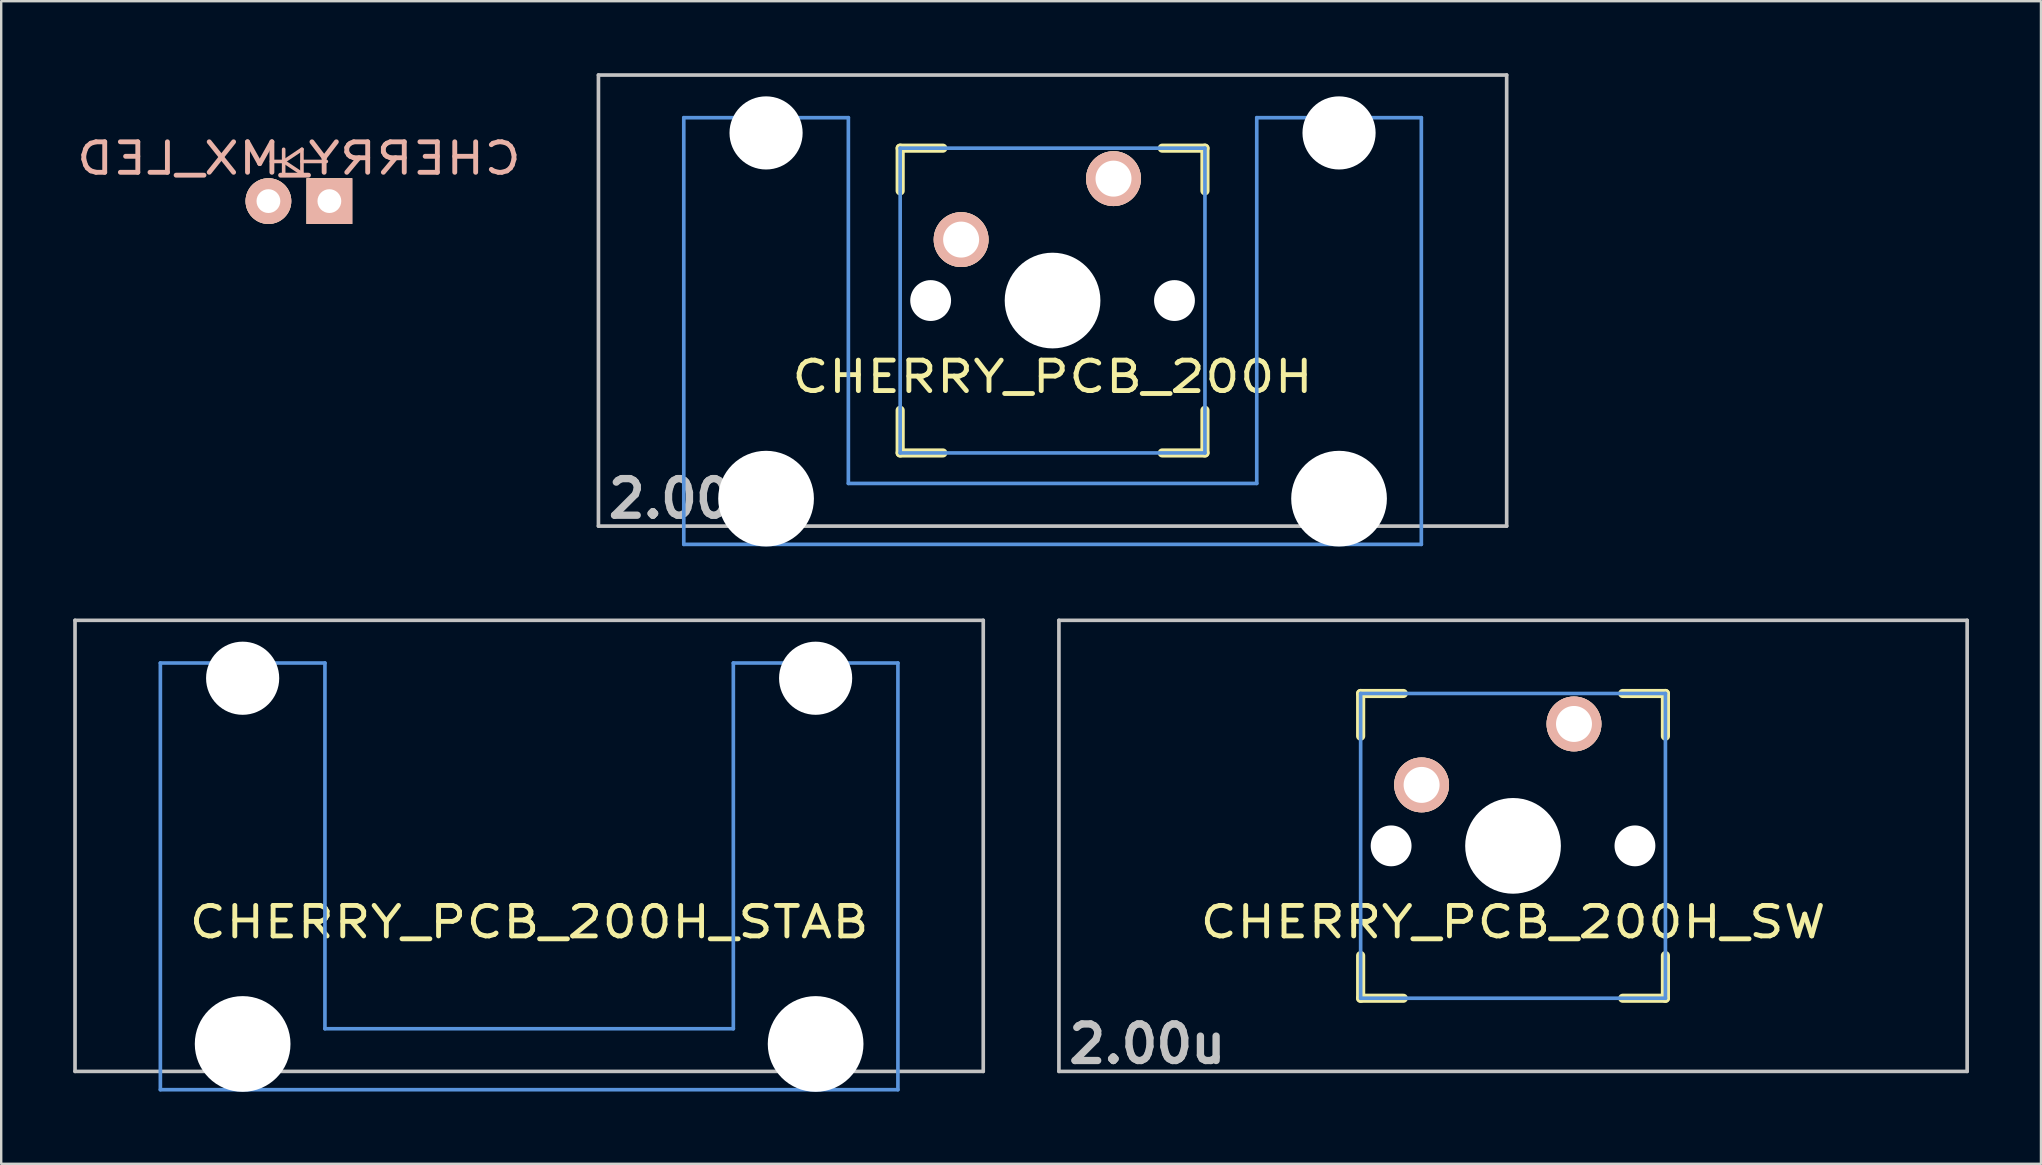
<source format=kicad_pcb>
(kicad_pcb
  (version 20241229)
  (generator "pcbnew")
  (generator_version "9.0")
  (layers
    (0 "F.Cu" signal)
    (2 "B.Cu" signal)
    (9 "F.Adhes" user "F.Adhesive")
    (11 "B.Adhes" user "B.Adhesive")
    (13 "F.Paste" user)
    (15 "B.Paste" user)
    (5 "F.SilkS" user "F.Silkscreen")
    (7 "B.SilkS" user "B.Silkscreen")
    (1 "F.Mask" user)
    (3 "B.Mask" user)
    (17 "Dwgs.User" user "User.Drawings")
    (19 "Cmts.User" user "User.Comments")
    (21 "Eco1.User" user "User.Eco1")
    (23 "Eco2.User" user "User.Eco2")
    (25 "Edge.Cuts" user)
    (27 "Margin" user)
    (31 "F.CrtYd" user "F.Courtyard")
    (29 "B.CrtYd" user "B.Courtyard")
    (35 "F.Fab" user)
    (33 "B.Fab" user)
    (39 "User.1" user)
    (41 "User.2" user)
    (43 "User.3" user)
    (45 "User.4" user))
  (footprint "CHERRY_MX_LED"
    (layer "F.Cu")
    (at 9.405 0.25)
    (property "Reference" "CHERRY_MX_LED" (at 0 3.302 0) (layer "B.SilkS") (effects (font (size 1.27 1.524) (thickness 0.203)) (justify mirror)))
    (attr through_hole)
    (fp_line (start -0.635 3.429) (end -1.143 3.429) (stroke (width 0.15) (type solid)) (layer "B.SilkS"))
    (fp_line (start -0.635 3.429) (end 0.127 3.937) (stroke (width 0.15) (type solid)) (layer "B.SilkS"))
    (fp_line (start -0.635 3.937) (end -0.635 2.921) (stroke (width 0.15) (type solid)) (layer "B.SilkS"))
    (fp_line (start 0.127 2.921) (end -0.635 3.429) (stroke (width 0.15) (type solid)) (layer "B.SilkS"))
    (fp_line (start 0.127 3.429) (end 1.143 3.429) (stroke (width 0.15) (type solid)) (layer "B.SilkS"))
    (fp_line (start 0.127 3.937) (end 0.127 2.921) (stroke (width 0.15) (type solid)) (layer "B.SilkS"))
    (pad "1" thru_hole circle (at -1.27 5.08) (size 1.905 1.905) (drill 0.991) (layers "*.Cu" "*.SilkS" "*.Mask"))
    (pad "2" thru_hole rect (at 1.27 5.08) (size 1.905 1.905) (drill 0.991) (layers "*.Cu" "*.SilkS" "*.Mask")))
  (footprint "CHERRY_PCB_200H_SW"
    (layer "F.Cu")
    (at 59.998 32.197)
    (property "Reference" "CHERRY_PCB_200H_SW" (at 0 3.175 0) (layer "F.SilkS") (effects (font (size 1.27 1.524) (thickness 0.203))))
    (attr through_hole)
    (fp_line (start -6.35 -6.35) (end -4.572 -6.35) (stroke (width 0.381) (type solid)) (layer "F.SilkS"))
    (fp_line (start -6.35 -4.572) (end -6.35 -6.35) (stroke (width 0.381) (type solid)) (layer "F.SilkS"))
    (fp_line (start -6.35 6.35) (end -6.35 4.572) (stroke (width 0.381) (type solid)) (layer "F.SilkS"))
    (fp_line (start -4.572 6.35) (end -6.35 6.35) (stroke (width 0.381) (type solid)) (layer "F.SilkS"))
    (fp_line (start 4.572 -6.35) (end 6.35 -6.35) (stroke (width 0.381) (type solid)) (layer "F.SilkS"))
    (fp_line (start 6.35 -6.35) (end 6.35 -4.572) (stroke (width 0.381) (type solid)) (layer "F.SilkS"))
    (fp_line (start 6.35 4.572) (end 6.35 6.35) (stroke (width 0.381) (type solid)) (layer "F.SilkS"))
    (fp_line (start 6.35 6.35) (end 4.572 6.35) (stroke (width 0.381) (type solid)) (layer "F.SilkS"))
    (fp_line (start -18.923 -9.398) (end 18.923 -9.398) (stroke (width 0.152) (type solid)) (layer "Dwgs.User"))
    (fp_line (start -18.923 9.398) (end -18.923 -9.398) (stroke (width 0.152) (type solid)) (layer "Dwgs.User"))
    (fp_line (start 18.923 -9.398) (end 18.923 9.398) (stroke (width 0.152) (type solid)) (layer "Dwgs.User"))
    (fp_line (start 18.923 9.398) (end -18.923 9.398) (stroke (width 0.152) (type solid)) (layer "Dwgs.User"))
    (fp_line (start -6.35 -6.35) (end 6.35 -6.35) (stroke (width 0.152) (type solid)) (layer "Cmts.User"))
    (fp_line (start -6.35 6.35) (end -6.35 -6.35) (stroke (width 0.152) (type solid)) (layer "Cmts.User"))
    (fp_line (start 6.35 -6.35) (end 6.35 6.35) (stroke (width 0.152) (type solid)) (layer "Cmts.User"))
    (fp_line (start 6.35 6.35) (end -6.35 6.35) (stroke (width 0.152) (type solid)) (layer "Cmts.User"))
    (fp_line (start -6.985 -6.985) (end 6.985 -6.985) (stroke (width 0.152) (type solid)) (layer "Eco2.User"))
    (fp_line (start -6.985 -4.877) (end -6.985 -6.985) (stroke (width 0.152) (type solid)) (layer "Eco2.User"))
    (fp_line (start -6.985 6.985) (end -6.985 5.817) (stroke (width 0.152) (type solid)) (layer "Eco2.User"))
    (fp_line (start 6.985 -6.985) (end 6.985 -4.877) (stroke (width 0.152) (type solid)) (layer "Eco2.User"))
    (fp_line (start 6.985 5.817) (end 6.985 6.985) (stroke (width 0.152) (type solid)) (layer "Eco2.User"))
    (fp_line (start 6.985 6.985) (end -6.985 6.985) (stroke (width 0.152) (type solid)) (layer "Eco2.User"))
    (fp_text user "2.00u" (at -15.24 8.255 0) (layer "Dwgs.User") (effects (font (size 1.524 1.524) (thickness 0.305))))
    (pad "" np_thru_hole circle (at -5.08 0) (size 1.702 1.702) (drill 1.702) (layers "*.Cu"))
    (pad "" np_thru_hole circle (at 0 0) (size 3.988 3.988) (drill 3.988) (layers "*.Cu"))
    (pad "" np_thru_hole circle (at 5.08 0) (size 1.702 1.702) (drill 1.702) (layers "*.Cu"))
    (pad "1" thru_hole circle (at 2.54 -5.08) (size 2.286 2.286) (drill 1.499) (layers "*.Cu" "*.SilkS" "*.Mask"))
    (pad "2" thru_hole circle (at -3.81 -2.54) (size 2.286 2.286) (drill 1.499) (layers "*.Cu" "*.SilkS" "*.Mask")))
  (footprint "CHERRY_PCB_200H_STAB"
    (layer "F.Cu")
    (at 18.999 32.197)
    (property "Reference" "CHERRY_PCB_200H_STAB" (at 0 3.175 0) (layer "F.SilkS") (effects (font (size 1.27 1.524) (thickness 0.203))))
    (attr through_hole)
    (fp_line (start -18.923 -9.398) (end 18.923 -9.398) (stroke (width 0.152) (type solid)) (layer "Dwgs.User"))
    (fp_line (start -18.923 9.398) (end -18.923 -9.398) (stroke (width 0.152) (type solid)) (layer "Dwgs.User"))
    (fp_line (start 18.923 -9.398) (end 18.923 9.398) (stroke (width 0.152) (type solid)) (layer "Dwgs.User"))
    (fp_line (start 18.923 9.398) (end -18.923 9.398) (stroke (width 0.152) (type solid)) (layer "Dwgs.User"))
    (fp_line (start -15.367 -7.62) (end -15.367 10.16) (stroke (width 0.152) (type solid)) (layer "Cmts.User"))
    (fp_line (start -15.367 10.16) (end 15.367 10.16) (stroke (width 0.152) (type solid)) (layer "Cmts.User"))
    (fp_line (start -8.509 -7.62) (end -15.367 -7.62) (stroke (width 0.152) (type solid)) (layer "Cmts.User"))
    (fp_line (start -8.509 7.62) (end -8.509 -7.62) (stroke (width 0.152) (type solid)) (layer "Cmts.User"))
    (fp_line (start 8.509 -7.62) (end 8.509 7.62) (stroke (width 0.152) (type solid)) (layer "Cmts.User"))
    (fp_line (start 8.509 7.62) (end -8.509 7.62) (stroke (width 0.152) (type solid)) (layer "Cmts.User"))
    (fp_line (start 15.367 -7.62) (end 8.509 -7.62) (stroke (width 0.152) (type solid)) (layer "Cmts.User"))
    (fp_line (start 15.367 10.16) (end 15.367 -7.62) (stroke (width 0.152) (type solid)) (layer "Cmts.User"))
    (fp_line (start -16.129 -2.286) (end -15.265 -2.286) (stroke (width 0.152) (type solid)) (layer "Eco2.User"))
    (fp_line (start -16.129 0.508) (end -16.129 -2.286) (stroke (width 0.152) (type solid)) (layer "Eco2.User"))
    (fp_line (start -15.265 -5.69) (end -8.611 -5.69) (stroke (width 0.152) (type solid)) (layer "Eco2.User"))
    (fp_line (start -15.265 -2.286) (end -15.265 -5.69) (stroke (width 0.152) (type solid)) (layer "Eco2.User"))
    (fp_line (start -15.265 0.508) (end -16.129 0.508) (stroke (width 0.152) (type solid)) (layer "Eco2.User"))
    (fp_line (start -15.265 6.604) (end -15.265 0.508) (stroke (width 0.152) (type solid)) (layer "Eco2.User"))
    (fp_line (start -14.224 6.604) (end -15.265 6.604) (stroke (width 0.152) (type solid)) (layer "Eco2.User"))
    (fp_line (start -14.224 7.772) (end -14.224 6.604) (stroke (width 0.152) (type solid)) (layer "Eco2.User"))
    (fp_line (start -9.652 6.604) (end -9.652 7.772) (stroke (width 0.152) (type solid)) (layer "Eco2.User"))
    (fp_line (start -9.652 7.772) (end -14.224 7.772) (stroke (width 0.152) (type solid)) (layer "Eco2.User"))
    (fp_line (start -8.611 -5.69) (end -8.611 -4.877) (stroke (width 0.152) (type solid)) (layer "Eco2.User"))
    (fp_line (start -8.611 -4.877) (end -6.985 -4.877) (stroke (width 0.152) (type solid)) (layer "Eco2.User"))
    (fp_line (start -8.611 5.817) (end -8.611 6.604) (stroke (width 0.152) (type solid)) (layer "Eco2.User"))
    (fp_line (start -8.611 6.604) (end -9.652 6.604) (stroke (width 0.152) (type solid)) (layer "Eco2.User"))
    (fp_line (start -6.985 -6.985) (end 6.985 -6.985) (stroke (width 0.152) (type solid)) (layer "Eco2.User"))
    (fp_line (start -6.985 -4.877) (end -6.985 -6.985) (stroke (width 0.152) (type solid)) (layer "Eco2.User"))
    (fp_line (start -6.985 5.817) (end -8.611 5.817) (stroke (width 0.152) (type solid)) (layer "Eco2.User"))
    (fp_line (start -6.985 6.985) (end -6.985 5.817) (stroke (width 0.152) (type solid)) (layer "Eco2.User"))
    (fp_line (start 6.985 -6.985) (end 6.985 -4.877) (stroke (width 0.152) (type solid)) (layer "Eco2.User"))
    (fp_line (start 6.985 -4.877) (end 8.611 -4.877) (stroke (width 0.152) (type solid)) (layer "Eco2.User"))
    (fp_line (start 6.985 5.817) (end 6.985 6.985) (stroke (width 0.152) (type solid)) (layer "Eco2.User"))
    (fp_line (start 6.985 6.985) (end -6.985 6.985) (stroke (width 0.152) (type solid)) (layer "Eco2.User"))
    (fp_line (start 8.611 -5.69) (end 15.265 -5.69) (stroke (width 0.152) (type solid)) (layer "Eco2.User"))
    (fp_line (start 8.611 -4.877) (end 8.611 -5.69) (stroke (width 0.152) (type solid)) (layer "Eco2.User"))
    (fp_line (start 8.611 5.817) (end 6.985 5.817) (stroke (width 0.152) (type solid)) (layer "Eco2.User"))
    (fp_line (start 8.611 6.604) (end 8.611 5.817) (stroke (width 0.152) (type solid)) (layer "Eco2.User"))
    (fp_line (start 9.652 6.604) (end 8.611 6.604) (stroke (width 0.152) (type solid)) (layer "Eco2.User"))
    (fp_line (start 9.652 7.772) (end 9.652 6.604) (stroke (width 0.152) (type solid)) (layer "Eco2.User"))
    (fp_line (start 14.224 6.604) (end 14.224 7.772) (stroke (width 0.152) (type solid)) (layer "Eco2.User"))
    (fp_line (start 14.224 7.772) (end 9.652 7.772) (stroke (width 0.152) (type solid)) (layer "Eco2.User"))
    (fp_line (start 15.265 -5.69) (end 15.265 -2.286) (stroke (width 0.152) (type solid)) (layer "Eco2.User"))
    (fp_line (start 15.265 -2.286) (end 16.129 -2.286) (stroke (width 0.152) (type solid)) (layer "Eco2.User"))
    (fp_line (start 15.265 0.508) (end 15.265 6.604) (stroke (width 0.152) (type solid)) (layer "Eco2.User"))
    (fp_line (start 15.265 6.604) (end 14.224 6.604) (stroke (width 0.152) (type solid)) (layer "Eco2.User"))
    (fp_line (start 16.129 -2.286) (end 16.129 0.508) (stroke (width 0.152) (type solid)) (layer "Eco2.User"))
    (fp_line (start 16.129 0.508) (end 15.265 0.508) (stroke (width 0.152) (type solid)) (layer "Eco2.User"))
    (pad "" np_thru_hole circle (at -11.938 -6.985) (size 3.048 3.048) (drill 3.048) (layers "*.Cu"))
    (pad "" np_thru_hole circle (at -11.938 8.255) (size 3.988 3.988) (drill 3.988) (layers "*.Cu"))
    (pad "" np_thru_hole circle (at 11.938 -6.985) (size 3.048 3.048) (drill 3.048) (layers "*.Cu"))
    (pad "" np_thru_hole circle (at 11.938 8.255) (size 3.988 3.988) (drill 3.988) (layers "*.Cu")))
  (footprint "CHERRY_PCB_200H"
    (layer "F.Cu")
    (at 40.81 9.474)
    (property "Reference" "CHERRY_PCB_200H" (at 0 3.175 0) (layer "F.SilkS") (effects (font (size 1.27 1.524) (thickness 0.203))))
    (attr through_hole)
    (fp_line (start -6.35 -6.35) (end -4.572 -6.35) (stroke (width 0.381) (type solid)) (layer "F.SilkS"))
    (fp_line (start -6.35 -4.572) (end -6.35 -6.35) (stroke (width 0.381) (type solid)) (layer "F.SilkS"))
    (fp_line (start -6.35 6.35) (end -6.35 4.572) (stroke (width 0.381) (type solid)) (layer "F.SilkS"))
    (fp_line (start -4.572 6.35) (end -6.35 6.35) (stroke (width 0.381) (type solid)) (layer "F.SilkS"))
    (fp_line (start 4.572 -6.35) (end 6.35 -6.35) (stroke (width 0.381) (type solid)) (layer "F.SilkS"))
    (fp_line (start 6.35 -6.35) (end 6.35 -4.572) (stroke (width 0.381) (type solid)) (layer "F.SilkS"))
    (fp_line (start 6.35 4.572) (end 6.35 6.35) (stroke (width 0.381) (type solid)) (layer "F.SilkS"))
    (fp_line (start 6.35 6.35) (end 4.572 6.35) (stroke (width 0.381) (type solid)) (layer "F.SilkS"))
    (fp_line (start -18.923 -9.398) (end 18.923 -9.398) (stroke (width 0.152) (type solid)) (layer "Dwgs.User"))
    (fp_line (start -18.923 9.398) (end -18.923 -9.398) (stroke (width 0.152) (type solid)) (layer "Dwgs.User"))
    (fp_line (start 18.923 -9.398) (end 18.923 9.398) (stroke (width 0.152) (type solid)) (layer "Dwgs.User"))
    (fp_line (start 18.923 9.398) (end -18.923 9.398) (stroke (width 0.152) (type solid)) (layer "Dwgs.User"))
    (fp_line (start -15.367 -7.62) (end -15.367 10.16) (stroke (width 0.152) (type solid)) (layer "Cmts.User"))
    (fp_line (start -15.367 10.16) (end 15.367 10.16) (stroke (width 0.152) (type solid)) (layer "Cmts.User"))
    (fp_line (start -8.509 -7.62) (end -15.367 -7.62) (stroke (width 0.152) (type solid)) (layer "Cmts.User"))
    (fp_line (start -8.509 7.62) (end -8.509 -7.62) (stroke (width 0.152) (type solid)) (layer "Cmts.User"))
    (fp_line (start -6.35 -6.35) (end 6.35 -6.35) (stroke (width 0.152) (type solid)) (layer "Cmts.User"))
    (fp_line (start -6.35 6.35) (end -6.35 -6.35) (stroke (width 0.152) (type solid)) (layer "Cmts.User"))
    (fp_line (start 6.35 -6.35) (end 6.35 6.35) (stroke (width 0.152) (type solid)) (layer "Cmts.User"))
    (fp_line (start 6.35 6.35) (end -6.35 6.35) (stroke (width 0.152) (type solid)) (layer "Cmts.User"))
    (fp_line (start 8.509 -7.62) (end 8.509 7.62) (stroke (width 0.152) (type solid)) (layer "Cmts.User"))
    (fp_line (start 8.509 7.62) (end -8.509 7.62) (stroke (width 0.152) (type solid)) (layer "Cmts.User"))
    (fp_line (start 15.367 -7.62) (end 8.509 -7.62) (stroke (width 0.152) (type solid)) (layer "Cmts.User"))
    (fp_line (start 15.367 10.16) (end 15.367 -7.62) (stroke (width 0.152) (type solid)) (layer "Cmts.User"))
    (fp_line (start -16.129 -2.286) (end -15.265 -2.286) (stroke (width 0.152) (type solid)) (layer "Eco2.User"))
    (fp_line (start -16.129 0.508) (end -16.129 -2.286) (stroke (width 0.152) (type solid)) (layer "Eco2.User"))
    (fp_line (start -15.265 -5.69) (end -8.611 -5.69) (stroke (width 0.152) (type solid)) (layer "Eco2.User"))
    (fp_line (start -15.265 -2.286) (end -15.265 -5.69) (stroke (width 0.152) (type solid)) (layer "Eco2.User"))
    (fp_line (start -15.265 0.508) (end -16.129 0.508) (stroke (width 0.152) (type solid)) (layer "Eco2.User"))
    (fp_line (start -15.265 6.604) (end -15.265 0.508) (stroke (width 0.152) (type solid)) (layer "Eco2.User"))
    (fp_line (start -14.224 6.604) (end -15.265 6.604) (stroke (width 0.152) (type solid)) (layer "Eco2.User"))
    (fp_line (start -14.224 7.772) (end -14.224 6.604) (stroke (width 0.152) (type solid)) (layer "Eco2.User"))
    (fp_line (start -9.652 6.604) (end -9.652 7.772) (stroke (width 0.152) (type solid)) (layer "Eco2.User"))
    (fp_line (start -9.652 7.772) (end -14.224 7.772) (stroke (width 0.152) (type solid)) (layer "Eco2.User"))
    (fp_line (start -8.611 -5.69) (end -8.611 -4.877) (stroke (width 0.152) (type solid)) (layer "Eco2.User"))
    (fp_line (start -8.611 -4.877) (end -6.985 -4.877) (stroke (width 0.152) (type solid)) (layer "Eco2.User"))
    (fp_line (start -8.611 5.817) (end -8.611 6.604) (stroke (width 0.152) (type solid)) (layer "Eco2.User"))
    (fp_line (start -8.611 6.604) (end -9.652 6.604) (stroke (width 0.152) (type solid)) (layer "Eco2.User"))
    (fp_line (start -6.985 -6.985) (end 6.985 -6.985) (stroke (width 0.152) (type solid)) (layer "Eco2.User"))
    (fp_line (start -6.985 -4.877) (end -6.985 -6.985) (stroke (width 0.152) (type solid)) (layer "Eco2.User"))
    (fp_line (start -6.985 5.817) (end -8.611 5.817) (stroke (width 0.152) (type solid)) (layer "Eco2.User"))
    (fp_line (start -6.985 6.985) (end -6.985 5.817) (stroke (width 0.152) (type solid)) (layer "Eco2.User"))
    (fp_line (start 6.985 -6.985) (end 6.985 -4.877) (stroke (width 0.152) (type solid)) (layer "Eco2.User"))
    (fp_line (start 6.985 -4.877) (end 8.611 -4.877) (stroke (width 0.152) (type solid)) (layer "Eco2.User"))
    (fp_line (start 6.985 5.817) (end 6.985 6.985) (stroke (width 0.152) (type solid)) (layer "Eco2.User"))
    (fp_line (start 6.985 6.985) (end -6.985 6.985) (stroke (width 0.152) (type solid)) (layer "Eco2.User"))
    (fp_line (start 8.611 -5.69) (end 15.265 -5.69) (stroke (width 0.152) (type solid)) (layer "Eco2.User"))
    (fp_line (start 8.611 -4.877) (end 8.611 -5.69) (stroke (width 0.152) (type solid)) (layer "Eco2.User"))
    (fp_line (start 8.611 5.817) (end 6.985 5.817) (stroke (width 0.152) (type solid)) (layer "Eco2.User"))
    (fp_line (start 8.611 6.604) (end 8.611 5.817) (stroke (width 0.152) (type solid)) (layer "Eco2.User"))
    (fp_line (start 9.652 6.604) (end 8.611 6.604) (stroke (width 0.152) (type solid)) (layer "Eco2.User"))
    (fp_line (start 9.652 7.772) (end 9.652 6.604) (stroke (width 0.152) (type solid)) (layer "Eco2.User"))
    (fp_line (start 14.224 6.604) (end 14.224 7.772) (stroke (width 0.152) (type solid)) (layer "Eco2.User"))
    (fp_line (start 14.224 7.772) (end 9.652 7.772) (stroke (width 0.152) (type solid)) (layer "Eco2.User"))
    (fp_line (start 15.265 -5.69) (end 15.265 -2.286) (stroke (width 0.152) (type solid)) (layer "Eco2.User"))
    (fp_line (start 15.265 -2.286) (end 16.129 -2.286) (stroke (width 0.152) (type solid)) (layer "Eco2.User"))
    (fp_line (start 15.265 0.508) (end 15.265 6.604) (stroke (width 0.152) (type solid)) (layer "Eco2.User"))
    (fp_line (start 15.265 6.604) (end 14.224 6.604) (stroke (width 0.152) (type solid)) (layer "Eco2.User"))
    (fp_line (start 16.129 -2.286) (end 16.129 0.508) (stroke (width 0.152) (type solid)) (layer "Eco2.User"))
    (fp_line (start 16.129 0.508) (end 15.265 0.508) (stroke (width 0.152) (type solid)) (layer "Eco2.User"))
    (fp_text user "2.00u" (at -15.24 8.255 0) (layer "Dwgs.User") (effects (font (size 1.524 1.524) (thickness 0.305))))
    (pad "" np_thru_hole circle (at -11.938 -6.985) (size 3.048 3.048) (drill 3.048) (layers "*.Cu"))
    (pad "" np_thru_hole circle (at -11.938 8.255) (size 3.988 3.988) (drill 3.988) (layers "*.Cu"))
    (pad "" np_thru_hole circle (at -5.08 0) (size 1.702 1.702) (drill 1.702) (layers "*.Cu"))
    (pad "" np_thru_hole circle (at 0 0) (size 3.988 3.988) (drill 3.988) (layers "*.Cu"))
    (pad "" np_thru_hole circle (at 5.08 0) (size 1.702 1.702) (drill 1.702) (layers "*.Cu"))
    (pad "" np_thru_hole circle (at 11.938 -6.985) (size 3.048 3.048) (drill 3.048) (layers "*.Cu"))
    (pad "" np_thru_hole circle (at 11.938 8.255) (size 3.988 3.988) (drill 3.988) (layers "*.Cu"))
    (pad "1" thru_hole circle (at 2.54 -5.08) (size 2.286 2.286) (drill 1.499) (layers "*.Cu" "*.SilkS" "*.Mask"))
    (pad "2" thru_hole circle (at -3.81 -2.54) (size 2.286 2.286) (drill 1.499) (layers "*.Cu" "*.SilkS" "*.Mask")))
  (gr_rect
    (start -3 -3)
    (end 81.997 45.446)
    (stroke (width 0.1) (type default))
    (fill no)
    (layer "Edge.Cuts")))
</source>
